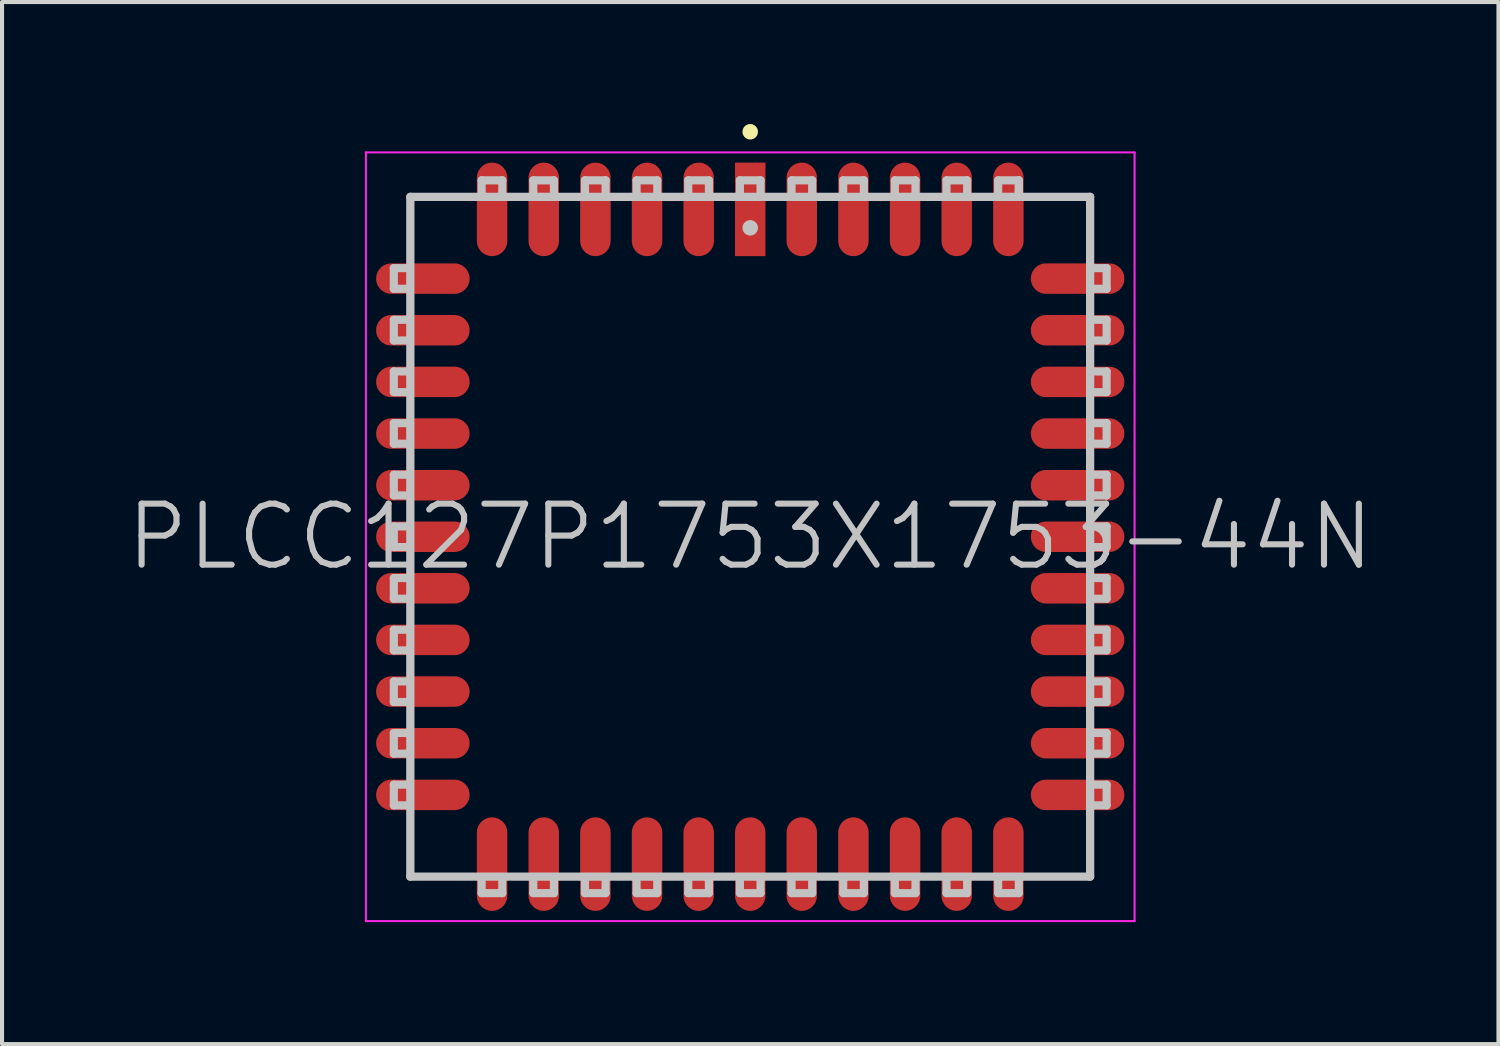
<source format=kicad_pcb>
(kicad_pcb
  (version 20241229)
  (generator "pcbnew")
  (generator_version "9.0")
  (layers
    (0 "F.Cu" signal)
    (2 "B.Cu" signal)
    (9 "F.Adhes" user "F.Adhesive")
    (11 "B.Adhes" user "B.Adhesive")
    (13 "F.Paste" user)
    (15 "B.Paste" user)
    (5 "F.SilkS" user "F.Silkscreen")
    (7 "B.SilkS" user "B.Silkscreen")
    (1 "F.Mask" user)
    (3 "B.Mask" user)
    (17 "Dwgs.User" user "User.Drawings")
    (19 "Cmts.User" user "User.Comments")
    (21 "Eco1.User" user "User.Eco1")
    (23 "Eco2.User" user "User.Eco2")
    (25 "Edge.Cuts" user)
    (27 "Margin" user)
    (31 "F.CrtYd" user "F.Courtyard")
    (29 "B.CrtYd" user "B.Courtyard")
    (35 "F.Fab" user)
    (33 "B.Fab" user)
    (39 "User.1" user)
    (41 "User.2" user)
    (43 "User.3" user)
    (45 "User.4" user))
  (footprint "PLCC127P1753X1753-44N"
    (layer "F.Cu")
    (at 15.396 10.147)
    (property "Reference" "PLCC127P1753X1753-44N" (at 0 0 0) (layer "Dwgs.User") (effects (font (size 1.5 1.5) (thickness 0.15))))
    (attr smd)
    (fp_line (start 0 -9.957) (end 0 -9.957) (stroke (width 0.381) (type solid)) (layer "F.SilkS"))
    (fp_line (start -8.763 -6.096) (end -8.763 -6.604) (stroke (width 0.2) (type solid)) (layer "Dwgs.User"))
    (fp_line (start -8.763 -4.826) (end -8.763 -5.334) (stroke (width 0.2) (type solid)) (layer "Dwgs.User"))
    (fp_line (start -8.763 -3.556) (end -8.763 -4.064) (stroke (width 0.2) (type solid)) (layer "Dwgs.User"))
    (fp_line (start -8.763 -2.286) (end -8.763 -2.794) (stroke (width 0.2) (type solid)) (layer "Dwgs.User"))
    (fp_line (start -8.763 -1.016) (end -8.763 -1.524) (stroke (width 0.2) (type solid)) (layer "Dwgs.User"))
    (fp_line (start -8.763 0.254) (end -8.763 -0.254) (stroke (width 0.2) (type solid)) (layer "Dwgs.User"))
    (fp_line (start -8.763 1.524) (end -8.763 1.016) (stroke (width 0.2) (type solid)) (layer "Dwgs.User"))
    (fp_line (start -8.763 2.794) (end -8.763 2.286) (stroke (width 0.2) (type solid)) (layer "Dwgs.User"))
    (fp_line (start -8.763 4.064) (end -8.763 3.556) (stroke (width 0.2) (type solid)) (layer "Dwgs.User"))
    (fp_line (start -8.763 5.334) (end -8.763 4.826) (stroke (width 0.2) (type solid)) (layer "Dwgs.User"))
    (fp_line (start -8.763 6.604) (end -8.763 6.096) (stroke (width 0.2) (type solid)) (layer "Dwgs.User"))
    (fp_line (start -8.382 -6.604) (end -8.763 -6.604) (stroke (width 0.2) (type solid)) (layer "Dwgs.User"))
    (fp_line (start -8.382 -6.096) (end -8.763 -6.096) (stroke (width 0.2) (type solid)) (layer "Dwgs.User"))
    (fp_line (start -8.382 -5.334) (end -8.763 -5.334) (stroke (width 0.2) (type solid)) (layer "Dwgs.User"))
    (fp_line (start -8.382 -4.826) (end -8.763 -4.826) (stroke (width 0.2) (type solid)) (layer "Dwgs.User"))
    (fp_line (start -8.382 -4.064) (end -8.763 -4.064) (stroke (width 0.2) (type solid)) (layer "Dwgs.User"))
    (fp_line (start -8.382 -3.556) (end -8.763 -3.556) (stroke (width 0.2) (type solid)) (layer "Dwgs.User"))
    (fp_line (start -8.382 -2.794) (end -8.763 -2.794) (stroke (width 0.2) (type solid)) (layer "Dwgs.User"))
    (fp_line (start -8.382 -2.286) (end -8.763 -2.286) (stroke (width 0.2) (type solid)) (layer "Dwgs.User"))
    (fp_line (start -8.382 -1.524) (end -8.763 -1.524) (stroke (width 0.2) (type solid)) (layer "Dwgs.User"))
    (fp_line (start -8.382 -1.016) (end -8.763 -1.016) (stroke (width 0.2) (type solid)) (layer "Dwgs.User"))
    (fp_line (start -8.382 -0.254) (end -8.763 -0.254) (stroke (width 0.2) (type solid)) (layer "Dwgs.User"))
    (fp_line (start -8.382 0.254) (end -8.763 0.254) (stroke (width 0.2) (type solid)) (layer "Dwgs.User"))
    (fp_line (start -8.382 1.016) (end -8.763 1.016) (stroke (width 0.2) (type solid)) (layer "Dwgs.User"))
    (fp_line (start -8.382 1.524) (end -8.763 1.524) (stroke (width 0.2) (type solid)) (layer "Dwgs.User"))
    (fp_line (start -8.382 2.286) (end -8.763 2.286) (stroke (width 0.2) (type solid)) (layer "Dwgs.User"))
    (fp_line (start -8.382 2.794) (end -8.763 2.794) (stroke (width 0.2) (type solid)) (layer "Dwgs.User"))
    (fp_line (start -8.382 3.556) (end -8.763 3.556) (stroke (width 0.2) (type solid)) (layer "Dwgs.User"))
    (fp_line (start -8.382 4.064) (end -8.763 4.064) (stroke (width 0.2) (type solid)) (layer "Dwgs.User"))
    (fp_line (start -8.382 4.826) (end -8.763 4.826) (stroke (width 0.2) (type solid)) (layer "Dwgs.User"))
    (fp_line (start -8.382 5.334) (end -8.763 5.334) (stroke (width 0.2) (type solid)) (layer "Dwgs.User"))
    (fp_line (start -8.382 6.096) (end -8.763 6.096) (stroke (width 0.2) (type solid)) (layer "Dwgs.User"))
    (fp_line (start -8.382 6.604) (end -8.763 6.604) (stroke (width 0.2) (type solid)) (layer "Dwgs.User"))
    (fp_line (start -8.357 -8.357) (end -8.357 8.357) (stroke (width 0.203) (type solid)) (layer "Dwgs.User"))
    (fp_line (start -8.357 -8.357) (end 8.357 -8.357) (stroke (width 0.203) (type solid)) (layer "Dwgs.User"))
    (fp_line (start -8.357 8.357) (end 8.357 8.357) (stroke (width 0.203) (type solid)) (layer "Dwgs.User"))
    (fp_line (start -6.604 -8.763) (end -6.096 -8.763) (stroke (width 0.2) (type solid)) (layer "Dwgs.User"))
    (fp_line (start -6.604 -8.382) (end -6.604 -8.763) (stroke (width 0.2) (type solid)) (layer "Dwgs.User"))
    (fp_line (start -6.604 8.382) (end -6.604 8.763) (stroke (width 0.2) (type solid)) (layer "Dwgs.User"))
    (fp_line (start -6.096 -8.382) (end -6.096 -8.763) (stroke (width 0.2) (type solid)) (layer "Dwgs.User"))
    (fp_line (start -6.096 8.382) (end -6.096 8.763) (stroke (width 0.2) (type solid)) (layer "Dwgs.User"))
    (fp_line (start -6.096 8.763) (end -6.604 8.763) (stroke (width 0.2) (type solid)) (layer "Dwgs.User"))
    (fp_line (start -5.334 -8.763) (end -4.826 -8.763) (stroke (width 0.2) (type solid)) (layer "Dwgs.User"))
    (fp_line (start -5.334 -8.382) (end -5.334 -8.763) (stroke (width 0.2) (type solid)) (layer "Dwgs.User"))
    (fp_line (start -5.334 8.382) (end -5.334 8.763) (stroke (width 0.2) (type solid)) (layer "Dwgs.User"))
    (fp_line (start -4.826 -8.382) (end -4.826 -8.763) (stroke (width 0.2) (type solid)) (layer "Dwgs.User"))
    (fp_line (start -4.826 8.382) (end -4.826 8.763) (stroke (width 0.2) (type solid)) (layer "Dwgs.User"))
    (fp_line (start -4.826 8.763) (end -5.334 8.763) (stroke (width 0.2) (type solid)) (layer "Dwgs.User"))
    (fp_line (start -4.064 -8.763) (end -3.556 -8.763) (stroke (width 0.2) (type solid)) (layer "Dwgs.User"))
    (fp_line (start -4.064 -8.382) (end -4.064 -8.763) (stroke (width 0.2) (type solid)) (layer "Dwgs.User"))
    (fp_line (start -4.064 8.382) (end -4.064 8.763) (stroke (width 0.2) (type solid)) (layer "Dwgs.User"))
    (fp_line (start -3.556 -8.382) (end -3.556 -8.763) (stroke (width 0.2) (type solid)) (layer "Dwgs.User"))
    (fp_line (start -3.556 8.382) (end -3.556 8.763) (stroke (width 0.2) (type solid)) (layer "Dwgs.User"))
    (fp_line (start -3.556 8.763) (end -4.064 8.763) (stroke (width 0.2) (type solid)) (layer "Dwgs.User"))
    (fp_line (start -2.794 -8.763) (end -2.286 -8.763) (stroke (width 0.2) (type solid)) (layer "Dwgs.User"))
    (fp_line (start -2.794 -8.382) (end -2.794 -8.763) (stroke (width 0.2) (type solid)) (layer "Dwgs.User"))
    (fp_line (start -2.794 8.382) (end -2.794 8.763) (stroke (width 0.2) (type solid)) (layer "Dwgs.User"))
    (fp_line (start -2.286 -8.382) (end -2.286 -8.763) (stroke (width 0.2) (type solid)) (layer "Dwgs.User"))
    (fp_line (start -2.286 8.382) (end -2.286 8.763) (stroke (width 0.2) (type solid)) (layer "Dwgs.User"))
    (fp_line (start -2.286 8.763) (end -2.794 8.763) (stroke (width 0.2) (type solid)) (layer "Dwgs.User"))
    (fp_line (start -1.524 -8.763) (end -1.016 -8.763) (stroke (width 0.2) (type solid)) (layer "Dwgs.User"))
    (fp_line (start -1.524 -8.382) (end -1.524 -8.763) (stroke (width 0.2) (type solid)) (layer "Dwgs.User"))
    (fp_line (start -1.524 8.382) (end -1.524 8.763) (stroke (width 0.2) (type solid)) (layer "Dwgs.User"))
    (fp_line (start -1.016 -8.382) (end -1.016 -8.763) (stroke (width 0.2) (type solid)) (layer "Dwgs.User"))
    (fp_line (start -1.016 8.382) (end -1.016 8.763) (stroke (width 0.2) (type solid)) (layer "Dwgs.User"))
    (fp_line (start -1.016 8.763) (end -1.524 8.763) (stroke (width 0.2) (type solid)) (layer "Dwgs.User"))
    (fp_line (start -0.254 -8.763) (end 0.254 -8.763) (stroke (width 0.2) (type solid)) (layer "Dwgs.User"))
    (fp_line (start -0.254 -8.382) (end -0.254 -8.763) (stroke (width 0.2) (type solid)) (layer "Dwgs.User"))
    (fp_line (start -0.254 8.382) (end -0.254 8.763) (stroke (width 0.2) (type solid)) (layer "Dwgs.User"))
    (fp_line (start 0 -7.595) (end 0 -7.595) (stroke (width 0.381) (type solid)) (layer "Dwgs.User"))
    (fp_line (start 0.254 -8.382) (end 0.254 -8.763) (stroke (width 0.2) (type solid)) (layer "Dwgs.User"))
    (fp_line (start 0.254 8.382) (end 0.254 8.763) (stroke (width 0.2) (type solid)) (layer "Dwgs.User"))
    (fp_line (start 0.254 8.763) (end -0.254 8.763) (stroke (width 0.2) (type solid)) (layer "Dwgs.User"))
    (fp_line (start 1.016 -8.763) (end 1.524 -8.763) (stroke (width 0.2) (type solid)) (layer "Dwgs.User"))
    (fp_line (start 1.016 -8.382) (end 1.016 -8.763) (stroke (width 0.2) (type solid)) (layer "Dwgs.User"))
    (fp_line (start 1.016 8.382) (end 1.016 8.763) (stroke (width 0.2) (type solid)) (layer "Dwgs.User"))
    (fp_line (start 1.524 -8.382) (end 1.524 -8.763) (stroke (width 0.2) (type solid)) (layer "Dwgs.User"))
    (fp_line (start 1.524 8.382) (end 1.524 8.763) (stroke (width 0.2) (type solid)) (layer "Dwgs.User"))
    (fp_line (start 1.524 8.763) (end 1.016 8.763) (stroke (width 0.2) (type solid)) (layer "Dwgs.User"))
    (fp_line (start 2.286 -8.763) (end 2.794 -8.763) (stroke (width 0.2) (type solid)) (layer "Dwgs.User"))
    (fp_line (start 2.286 -8.382) (end 2.286 -8.763) (stroke (width 0.2) (type solid)) (layer "Dwgs.User"))
    (fp_line (start 2.286 8.382) (end 2.286 8.763) (stroke (width 0.2) (type solid)) (layer "Dwgs.User"))
    (fp_line (start 2.794 -8.382) (end 2.794 -8.763) (stroke (width 0.2) (type solid)) (layer "Dwgs.User"))
    (fp_line (start 2.794 8.382) (end 2.794 8.763) (stroke (width 0.2) (type solid)) (layer "Dwgs.User"))
    (fp_line (start 2.794 8.763) (end 2.286 8.763) (stroke (width 0.2) (type solid)) (layer "Dwgs.User"))
    (fp_line (start 3.556 -8.763) (end 4.064 -8.763) (stroke (width 0.2) (type solid)) (layer "Dwgs.User"))
    (fp_line (start 3.556 -8.382) (end 3.556 -8.763) (stroke (width 0.2) (type solid)) (layer "Dwgs.User"))
    (fp_line (start 3.556 8.382) (end 3.556 8.763) (stroke (width 0.2) (type solid)) (layer "Dwgs.User"))
    (fp_line (start 4.064 -8.382) (end 4.064 -8.763) (stroke (width 0.2) (type solid)) (layer "Dwgs.User"))
    (fp_line (start 4.064 8.382) (end 4.064 8.763) (stroke (width 0.2) (type solid)) (layer "Dwgs.User"))
    (fp_line (start 4.064 8.763) (end 3.556 8.763) (stroke (width 0.2) (type solid)) (layer "Dwgs.User"))
    (fp_line (start 4.826 -8.763) (end 5.334 -8.763) (stroke (width 0.2) (type solid)) (layer "Dwgs.User"))
    (fp_line (start 4.826 -8.382) (end 4.826 -8.763) (stroke (width 0.2) (type solid)) (layer "Dwgs.User"))
    (fp_line (start 4.826 8.382) (end 4.826 8.763) (stroke (width 0.2) (type solid)) (layer "Dwgs.User"))
    (fp_line (start 5.334 -8.382) (end 5.334 -8.763) (stroke (width 0.2) (type solid)) (layer "Dwgs.User"))
    (fp_line (start 5.334 8.382) (end 5.334 8.763) (stroke (width 0.2) (type solid)) (layer "Dwgs.User"))
    (fp_line (start 5.334 8.763) (end 4.826 8.763) (stroke (width 0.2) (type solid)) (layer "Dwgs.User"))
    (fp_line (start 6.096 -8.763) (end 6.604 -8.763) (stroke (width 0.2) (type solid)) (layer "Dwgs.User"))
    (fp_line (start 6.096 -8.382) (end 6.096 -8.763) (stroke (width 0.2) (type solid)) (layer "Dwgs.User"))
    (fp_line (start 6.096 8.382) (end 6.096 8.763) (stroke (width 0.2) (type solid)) (layer "Dwgs.User"))
    (fp_line (start 6.604 -8.382) (end 6.604 -8.763) (stroke (width 0.2) (type solid)) (layer "Dwgs.User"))
    (fp_line (start 6.604 -8.382) (end 6.604 -8.763) (stroke (width 0.2) (type solid)) (layer "Dwgs.User"))
    (fp_line (start 6.604 8.382) (end 6.604 8.763) (stroke (width 0.2) (type solid)) (layer "Dwgs.User"))
    (fp_line (start 6.604 8.763) (end 6.096 8.763) (stroke (width 0.2) (type solid)) (layer "Dwgs.User"))
    (fp_line (start 8.357 -8.357) (end 8.357 8.357) (stroke (width 0.203) (type solid)) (layer "Dwgs.User"))
    (fp_line (start 8.382 -6.604) (end 8.763 -6.604) (stroke (width 0.2) (type solid)) (layer "Dwgs.User"))
    (fp_line (start 8.382 -6.096) (end 8.763 -6.096) (stroke (width 0.2) (type solid)) (layer "Dwgs.User"))
    (fp_line (start 8.382 -5.334) (end 8.763 -5.334) (stroke (width 0.2) (type solid)) (layer "Dwgs.User"))
    (fp_line (start 8.382 -4.826) (end 8.763 -4.826) (stroke (width 0.2) (type solid)) (layer "Dwgs.User"))
    (fp_line (start 8.382 -4.064) (end 8.763 -4.064) (stroke (width 0.2) (type solid)) (layer "Dwgs.User"))
    (fp_line (start 8.382 -3.556) (end 8.763 -3.556) (stroke (width 0.2) (type solid)) (layer "Dwgs.User"))
    (fp_line (start 8.382 -2.794) (end 8.763 -2.794) (stroke (width 0.2) (type solid)) (layer "Dwgs.User"))
    (fp_line (start 8.382 -2.286) (end 8.763 -2.286) (stroke (width 0.2) (type solid)) (layer "Dwgs.User"))
    (fp_line (start 8.382 -1.524) (end 8.763 -1.524) (stroke (width 0.2) (type solid)) (layer "Dwgs.User"))
    (fp_line (start 8.382 -1.016) (end 8.763 -1.016) (stroke (width 0.2) (type solid)) (layer "Dwgs.User"))
    (fp_line (start 8.382 -0.254) (end 8.763 -0.254) (stroke (width 0.2) (type solid)) (layer "Dwgs.User"))
    (fp_line (start 8.382 0.254) (end 8.763 0.254) (stroke (width 0.2) (type solid)) (layer "Dwgs.User"))
    (fp_line (start 8.382 1.016) (end 8.763 1.016) (stroke (width 0.2) (type solid)) (layer "Dwgs.User"))
    (fp_line (start 8.382 1.524) (end 8.763 1.524) (stroke (width 0.2) (type solid)) (layer "Dwgs.User"))
    (fp_line (start 8.382 2.286) (end 8.763 2.286) (stroke (width 0.2) (type solid)) (layer "Dwgs.User"))
    (fp_line (start 8.382 2.794) (end 8.763 2.794) (stroke (width 0.2) (type solid)) (layer "Dwgs.User"))
    (fp_line (start 8.382 3.556) (end 8.763 3.556) (stroke (width 0.2) (type solid)) (layer "Dwgs.User"))
    (fp_line (start 8.382 4.064) (end 8.763 4.064) (stroke (width 0.2) (type solid)) (layer "Dwgs.User"))
    (fp_line (start 8.382 4.826) (end 8.763 4.826) (stroke (width 0.2) (type solid)) (layer "Dwgs.User"))
    (fp_line (start 8.382 5.334) (end 8.763 5.334) (stroke (width 0.2) (type solid)) (layer "Dwgs.User"))
    (fp_line (start 8.382 6.096) (end 8.763 6.096) (stroke (width 0.2) (type solid)) (layer "Dwgs.User"))
    (fp_line (start 8.382 6.604) (end 8.763 6.604) (stroke (width 0.2) (type solid)) (layer "Dwgs.User"))
    (fp_line (start 8.763 -6.604) (end 8.763 -6.096) (stroke (width 0.2) (type solid)) (layer "Dwgs.User"))
    (fp_line (start 8.763 -5.334) (end 8.763 -4.826) (stroke (width 0.2) (type solid)) (layer "Dwgs.User"))
    (fp_line (start 8.763 -4.064) (end 8.763 -3.556) (stroke (width 0.2) (type solid)) (layer "Dwgs.User"))
    (fp_line (start 8.763 -2.794) (end 8.763 -2.286) (stroke (width 0.2) (type solid)) (layer "Dwgs.User"))
    (fp_line (start 8.763 -1.524) (end 8.763 -1.016) (stroke (width 0.2) (type solid)) (layer "Dwgs.User"))
    (fp_line (start 8.763 -0.254) (end 8.763 0.254) (stroke (width 0.2) (type solid)) (layer "Dwgs.User"))
    (fp_line (start 8.763 1.016) (end 8.763 1.524) (stroke (width 0.2) (type solid)) (layer "Dwgs.User"))
    (fp_line (start 8.763 2.286) (end 8.763 2.794) (stroke (width 0.2) (type solid)) (layer "Dwgs.User"))
    (fp_line (start 8.763 3.556) (end 8.763 4.064) (stroke (width 0.2) (type solid)) (layer "Dwgs.User"))
    (fp_line (start 8.763 4.826) (end 8.763 5.334) (stroke (width 0.2) (type solid)) (layer "Dwgs.User"))
    (fp_line (start 8.763 6.096) (end 8.763 6.604) (stroke (width 0.2) (type solid)) (layer "Dwgs.User"))
    (fp_line (start -9.45 -9.45) (end -9.45 9.45) (stroke (width 0.05) (type solid)) (layer "F.CrtYd"))
    (fp_line (start -9.45 -9.45) (end 9.45 -9.45) (stroke (width 0.05) (type solid)) (layer "F.CrtYd"))
    (fp_line (start -9.45 9.45) (end 9.45 9.45) (stroke (width 0.05) (type solid)) (layer "F.CrtYd"))
    (fp_line (start 9.45 -9.45) (end 9.45 9.45) (stroke (width 0.05) (type solid)) (layer "F.CrtYd"))
    (pad "1" smd rect (at 0 -8.049) (size 0.749 2.299) (layers "F.Cu" "F.Mask" "F.Paste"))
    (pad "2" smd oval (at -1.267 -8.049) (size 0.749 2.299) (layers "F.Cu" "F.Mask" "F.Paste"))
    (pad "3" smd oval (at -2.537 -8.049) (size 0.749 2.299) (layers "F.Cu" "F.Mask" "F.Paste"))
    (pad "4" smd oval (at -3.807 -8.049) (size 0.749 2.299) (layers "F.Cu" "F.Mask" "F.Paste"))
    (pad "5" smd oval (at -5.077 -8.049) (size 0.749 2.299) (layers "F.Cu" "F.Mask" "F.Paste"))
    (pad "6" smd oval (at -6.347 -8.049) (size 0.749 2.299) (layers "F.Cu" "F.Mask" "F.Paste"))
    (pad "7" smd oval (at -8.049 -6.347 90) (size 0.749 2.299) (layers "F.Cu" "F.Mask" "F.Paste"))
    (pad "8" smd oval (at -8.049 -5.077 90) (size 0.749 2.299) (layers "F.Cu" "F.Mask" "F.Paste"))
    (pad "9" smd oval (at -8.049 -3.807 90) (size 0.749 2.299) (layers "F.Cu" "F.Mask" "F.Paste"))
    (pad "10" smd oval (at -8.049 -2.537 90) (size 0.749 2.299) (layers "F.Cu" "F.Mask" "F.Paste"))
    (pad "11" smd oval (at -8.049 -1.267 90) (size 0.749 2.299) (layers "F.Cu" "F.Mask" "F.Paste"))
    (pad "12" smd oval (at -8.049 0 90) (size 0.749 2.299) (layers "F.Cu" "F.Mask" "F.Paste"))
    (pad "13" smd oval (at -8.049 1.267 90) (size 0.749 2.299) (layers "F.Cu" "F.Mask" "F.Paste"))
    (pad "14" smd oval (at -8.049 2.537 90) (size 0.749 2.299) (layers "F.Cu" "F.Mask" "F.Paste"))
    (pad "15" smd oval (at -8.049 3.807 90) (size 0.749 2.299) (layers "F.Cu" "F.Mask" "F.Paste"))
    (pad "16" smd oval (at -8.049 5.077 90) (size 0.749 2.299) (layers "F.Cu" "F.Mask" "F.Paste"))
    (pad "17" smd oval (at -8.049 6.347 90) (size 0.749 2.299) (layers "F.Cu" "F.Mask" "F.Paste"))
    (pad "18" smd oval (at -6.347 8.049 180) (size 0.749 2.299) (layers "F.Cu" "F.Mask" "F.Paste"))
    (pad "19" smd oval (at -5.077 8.049 180) (size 0.749 2.299) (layers "F.Cu" "F.Mask" "F.Paste"))
    (pad "20" smd oval (at -3.807 8.049 180) (size 0.749 2.299) (layers "F.Cu" "F.Mask" "F.Paste"))
    (pad "21" smd oval (at -2.537 8.049 180) (size 0.749 2.299) (layers "F.Cu" "F.Mask" "F.Paste"))
    (pad "22" smd oval (at -1.267 8.049 180) (size 0.749 2.299) (layers "F.Cu" "F.Mask" "F.Paste"))
    (pad "23" smd oval (at 0 8.049 180) (size 0.749 2.299) (layers "F.Cu" "F.Mask" "F.Paste"))
    (pad "24" smd oval (at 1.267 8.049 180) (size 0.749 2.299) (layers "F.Cu" "F.Mask" "F.Paste"))
    (pad "25" smd oval (at 2.537 8.049 180) (size 0.749 2.299) (layers "F.Cu" "F.Mask" "F.Paste"))
    (pad "26" smd oval (at 3.807 8.049 180) (size 0.749 2.299) (layers "F.Cu" "F.Mask" "F.Paste"))
    (pad "27" smd oval (at 5.077 8.049 180) (size 0.749 2.299) (layers "F.Cu" "F.Mask" "F.Paste"))
    (pad "28" smd oval (at 6.347 8.049 180) (size 0.749 2.299) (layers "F.Cu" "F.Mask" "F.Paste"))
    (pad "29" smd oval (at 8.049 6.347 270) (size 0.749 2.299) (layers "F.Cu" "F.Mask" "F.Paste"))
    (pad "30" smd oval (at 8.049 5.077 270) (size 0.749 2.299) (layers "F.Cu" "F.Mask" "F.Paste"))
    (pad "31" smd oval (at 8.049 3.807 270) (size 0.749 2.299) (layers "F.Cu" "F.Mask" "F.Paste"))
    (pad "32" smd oval (at 8.049 2.537 270) (size 0.749 2.299) (layers "F.Cu" "F.Mask" "F.Paste"))
    (pad "33" smd oval (at 8.049 1.267 270) (size 0.749 2.299) (layers "F.Cu" "F.Mask" "F.Paste"))
    (pad "34" smd oval (at 8.049 0 270) (size 0.749 2.299) (layers "F.Cu" "F.Mask" "F.Paste"))
    (pad "35" smd oval (at 8.049 -1.267 270) (size 0.749 2.299) (layers "F.Cu" "F.Mask" "F.Paste"))
    (pad "36" smd oval (at 8.049 -2.537 270) (size 0.749 2.299) (layers "F.Cu" "F.Mask" "F.Paste"))
    (pad "37" smd oval (at 8.049 -3.807 270) (size 0.749 2.299) (layers "F.Cu" "F.Mask" "F.Paste"))
    (pad "38" smd oval (at 8.049 -5.077 270) (size 0.749 2.299) (layers "F.Cu" "F.Mask" "F.Paste"))
    (pad "39" smd oval (at 8.049 -6.347 270) (size 0.749 2.299) (layers "F.Cu" "F.Mask" "F.Paste"))
    (pad "40" smd oval (at 6.347 -8.049) (size 0.749 2.299) (layers "F.Cu" "F.Mask" "F.Paste"))
    (pad "41" smd oval (at 5.077 -8.049) (size 0.749 2.299) (layers "F.Cu" "F.Mask" "F.Paste"))
    (pad "42" smd oval (at 3.807 -8.049) (size 0.749 2.299) (layers "F.Cu" "F.Mask" "F.Paste"))
    (pad "43" smd oval (at 2.537 -8.049) (size 0.749 2.299) (layers "F.Cu" "F.Mask" "F.Paste"))
    (pad "44" smd oval (at 1.267 -8.049) (size 0.749 2.299) (layers "F.Cu" "F.Mask" "F.Paste")))
  (gr_rect
    (start -3 -3)
    (end 33.793 22.622)
    (stroke (width 0.1) (type default))
    (fill no)
    (layer "Edge.Cuts")))
</source>
